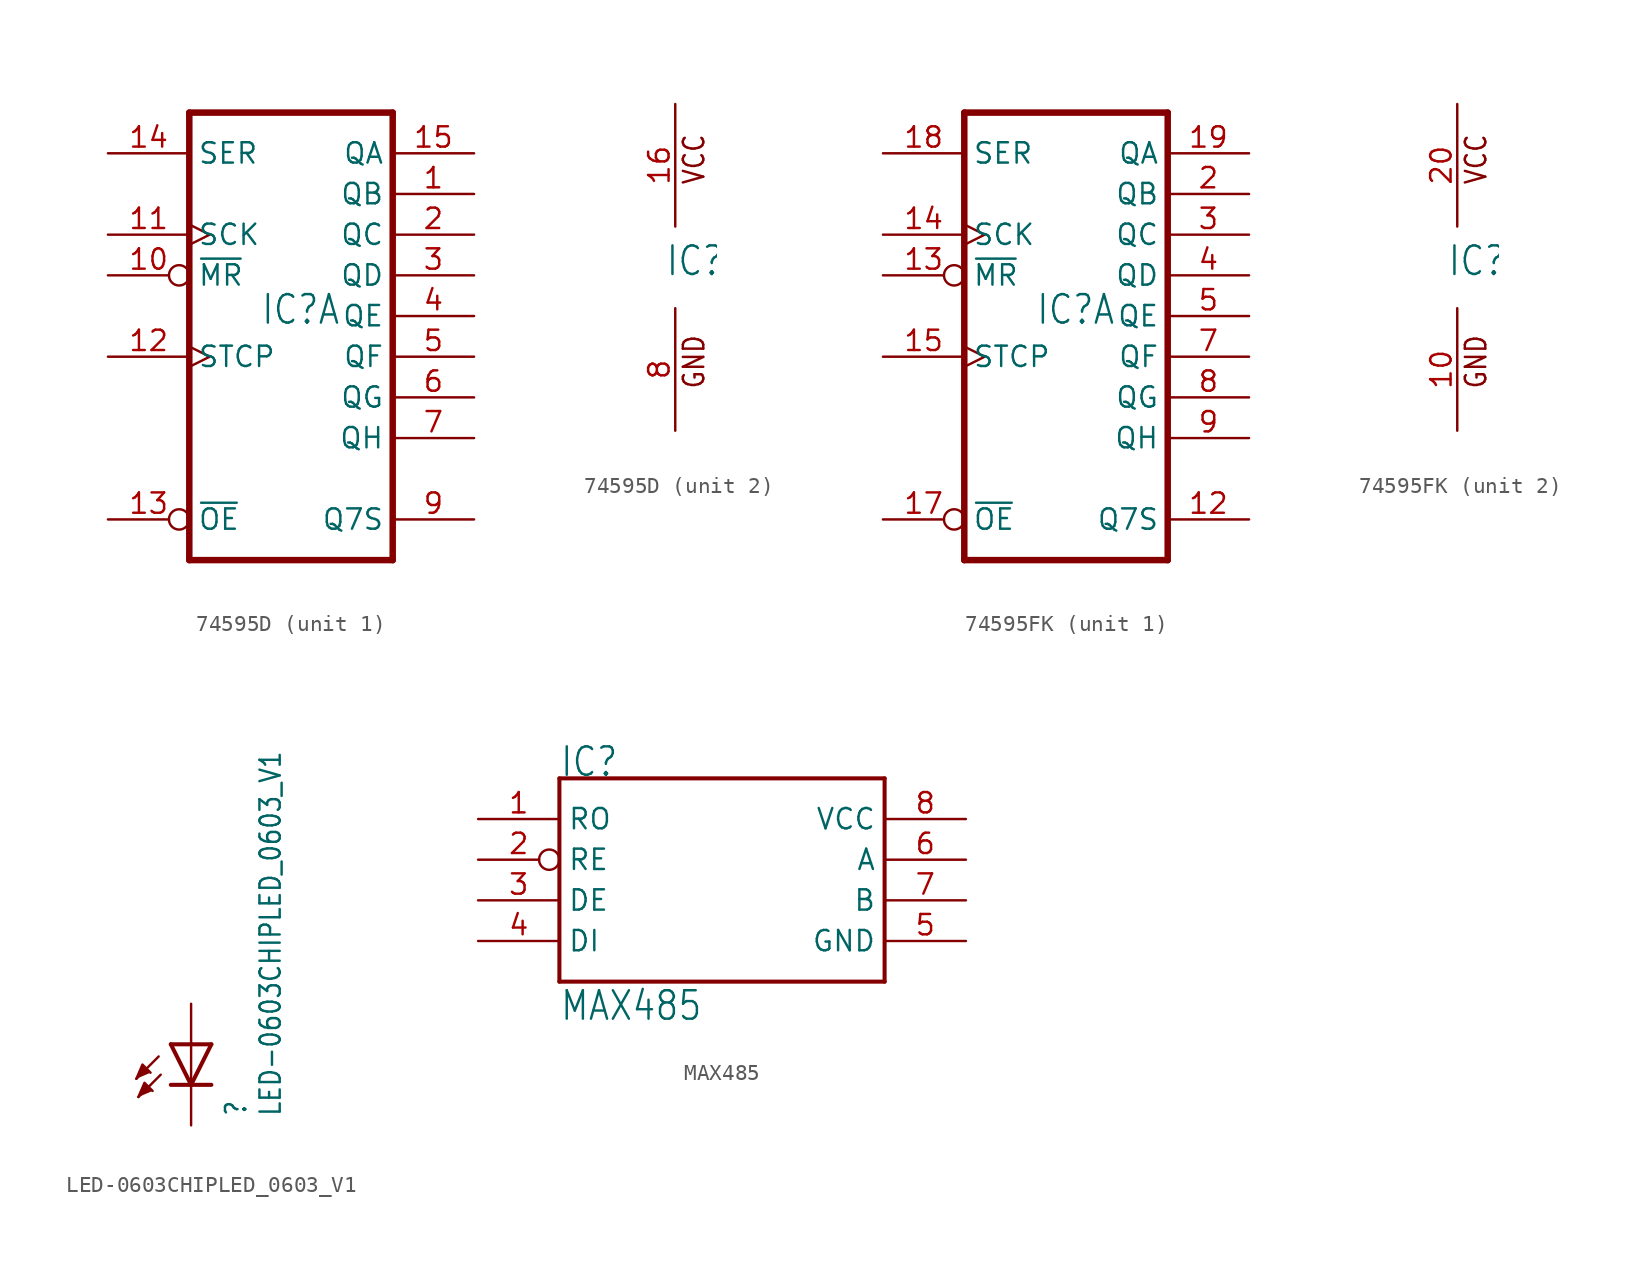
<source format=kicad_sym>
(kicad_symbol_lib
  (version 20211014)
  (generator kicad_symbol_editor)
  (symbol "74595D"
    (property "Reference" "IC"
      (at -0.635 -0.635 0)
      (effects (font (size 1.778 1.511)) (justify left bottom)))
    (property "ki_locked" ""
      (at 0 0 0)
      (effects (font (size 1.27 1.27))))
    (symbol "74595D_1_0"
      (polyline (pts (xy -5.08 -15.24) (xy 7.62 -15.24)) (stroke (width 0.406) (type default) (color 0 0 0 0)) (fill (type none)))
      (polyline (pts (xy -5.08 12.7) (xy -5.08 -15.24)) (stroke (width 0.406) (type default) (color 0 0 0 0)) (fill (type none)))
      (polyline (pts (xy 7.62 -15.24) (xy 7.62 12.7)) (stroke (width 0.406) (type default) (color 0 0 0 0)) (fill (type none)))
      (polyline (pts (xy 7.62 12.7) (xy -5.08 12.7)) (stroke (width 0.406) (type default) (color 0 0 0 0)) (fill (type none)))
      (pin tri_state line (at 12.7 7.62 180) (length 5.08) (name "QB" (effects (font (size 1.27 1.27)))) (number "1" (effects (font (size 1.27 1.27)))))
      (pin input inverted (at -10.16 2.54 0) (length 5.08) (name "~{MR}" (effects (font (size 1.27 1.27)))) (number "10" (effects (font (size 1.27 1.27)))))
      (pin input clock (at -10.16 5.08 0) (length 5.08) (name "SCK" (effects (font (size 1.27 1.27)))) (number "11" (effects (font (size 1.27 1.27)))))
      (pin input clock (at -10.16 -2.54 0) (length 5.08) (name "STCP" (effects (font (size 1.27 1.27)))) (number "12" (effects (font (size 1.27 1.27)))))
      (pin input inverted (at -10.16 -12.7 0) (length 5.08) (name "~{OE}" (effects (font (size 1.27 1.27)))) (number "13" (effects (font (size 1.27 1.27)))))
      (pin input line (at -10.16 10.16 0) (length 5.08) (name "SER" (effects (font (size 1.27 1.27)))) (number "14" (effects (font (size 1.27 1.27)))))
      (pin tri_state line (at 12.7 10.16 180) (length 5.08) (name "QA" (effects (font (size 1.27 1.27)))) (number "15" (effects (font (size 1.27 1.27)))))
      (pin tri_state line (at 12.7 5.08 180) (length 5.08) (name "QC" (effects (font (size 1.27 1.27)))) (number "2" (effects (font (size 1.27 1.27)))))
      (pin tri_state line (at 12.7 2.54 180) (length 5.08) (name "QD" (effects (font (size 1.27 1.27)))) (number "3" (effects (font (size 1.27 1.27)))))
      (pin tri_state line (at 12.7 0 180) (length 5.08) (name "QE" (effects (font (size 1.27 1.27)))) (number "4" (effects (font (size 1.27 1.27)))))
      (pin tri_state line (at 12.7 -2.54 180) (length 5.08) (name "QF" (effects (font (size 1.27 1.27)))) (number "5" (effects (font (size 1.27 1.27)))))
      (pin tri_state line (at 12.7 -5.08 180) (length 5.08) (name "QG" (effects (font (size 1.27 1.27)))) (number "6" (effects (font (size 1.27 1.27)))))
      (pin tri_state line (at 12.7 -7.62 180) (length 5.08) (name "QH" (effects (font (size 1.27 1.27)))) (number "7" (effects (font (size 1.27 1.27)))))
      (pin tri_state line (at 12.7 -12.7 180) (length 5.08) (name "Q7S" (effects (font (size 1.27 1.27)))) (number "9" (effects (font (size 1.27 1.27))))))
    (symbol "74595D_2_0"
      (text "GND" (at 1.905 -7.62 900) (effects (font (size 1.27 1.079)) (justify left bottom)))
      (text "VCC" (at 1.905 5.08 900) (effects (font (size 1.27 1.079)) (justify left bottom)))
      (pin power_in line (at 0 10.16 270) (length 7.62) (name "VCC" (effects (font (size 0 0)))) (number "16" (effects (font (size 1.27 1.27)))))
      (pin power_in line (at 0 -10.16 90) (length 7.62) (name "GND" (effects (font (size 0 0)))) (number "8" (effects (font (size 1.27 1.27)))))))
  (symbol "74595FK"
    (property "Reference" "IC"
      (at -0.635 -0.635 0)
      (effects (font (size 1.778 1.511)) (justify left bottom)))
    (property "ki_locked" ""
      (at 0 0 0)
      (effects (font (size 1.27 1.27))))
    (symbol "74595FK_1_0"
      (polyline (pts (xy -5.08 -15.24) (xy 7.62 -15.24)) (stroke (width 0.406) (type default) (color 0 0 0 0)) (fill (type none)))
      (polyline (pts (xy -5.08 12.7) (xy -5.08 -15.24)) (stroke (width 0.406) (type default) (color 0 0 0 0)) (fill (type none)))
      (polyline (pts (xy 7.62 -15.24) (xy 7.62 12.7)) (stroke (width 0.406) (type default) (color 0 0 0 0)) (fill (type none)))
      (polyline (pts (xy 7.62 12.7) (xy -5.08 12.7)) (stroke (width 0.406) (type default) (color 0 0 0 0)) (fill (type none)))
      (pin tri_state line (at 12.7 -12.7 180) (length 5.08) (name "Q7S" (effects (font (size 1.27 1.27)))) (number "12" (effects (font (size 1.27 1.27)))))
      (pin input inverted (at -10.16 2.54 0) (length 5.08) (name "~{MR}" (effects (font (size 1.27 1.27)))) (number "13" (effects (font (size 1.27 1.27)))))
      (pin input clock (at -10.16 5.08 0) (length 5.08) (name "SCK" (effects (font (size 1.27 1.27)))) (number "14" (effects (font (size 1.27 1.27)))))
      (pin input clock (at -10.16 -2.54 0) (length 5.08) (name "STCP" (effects (font (size 1.27 1.27)))) (number "15" (effects (font (size 1.27 1.27)))))
      (pin input inverted (at -10.16 -12.7 0) (length 5.08) (name "~{OE}" (effects (font (size 1.27 1.27)))) (number "17" (effects (font (size 1.27 1.27)))))
      (pin input line (at -10.16 10.16 0) (length 5.08) (name "SER" (effects (font (size 1.27 1.27)))) (number "18" (effects (font (size 1.27 1.27)))))
      (pin tri_state line (at 12.7 10.16 180) (length 5.08) (name "QA" (effects (font (size 1.27 1.27)))) (number "19" (effects (font (size 1.27 1.27)))))
      (pin tri_state line (at 12.7 7.62 180) (length 5.08) (name "QB" (effects (font (size 1.27 1.27)))) (number "2" (effects (font (size 1.27 1.27)))))
      (pin tri_state line (at 12.7 5.08 180) (length 5.08) (name "QC" (effects (font (size 1.27 1.27)))) (number "3" (effects (font (size 1.27 1.27)))))
      (pin tri_state line (at 12.7 2.54 180) (length 5.08) (name "QD" (effects (font (size 1.27 1.27)))) (number "4" (effects (font (size 1.27 1.27)))))
      (pin tri_state line (at 12.7 0 180) (length 5.08) (name "QE" (effects (font (size 1.27 1.27)))) (number "5" (effects (font (size 1.27 1.27)))))
      (pin tri_state line (at 12.7 -2.54 180) (length 5.08) (name "QF" (effects (font (size 1.27 1.27)))) (number "7" (effects (font (size 1.27 1.27)))))
      (pin tri_state line (at 12.7 -5.08 180) (length 5.08) (name "QG" (effects (font (size 1.27 1.27)))) (number "8" (effects (font (size 1.27 1.27)))))
      (pin tri_state line (at 12.7 -7.62 180) (length 5.08) (name "QH" (effects (font (size 1.27 1.27)))) (number "9" (effects (font (size 1.27 1.27))))))
    (symbol "74595FK_2_0"
      (text "GND" (at 1.905 -7.62 900) (effects (font (size 1.27 1.079)) (justify left bottom)))
      (text "VCC" (at 1.905 5.08 900) (effects (font (size 1.27 1.079)) (justify left bottom)))
      (pin power_in line (at 0 -10.16 90) (length 7.62) (name "GND" (effects (font (size 0 0)))) (number "10" (effects (font (size 1.27 1.27)))))
      (pin power_in line (at 0 10.16 270) (length 7.62) (name "VCC" (effects (font (size 0 0)))) (number "20" (effects (font (size 1.27 1.27)))))))
  (symbol "LED-0603CHIPLED_0603_V1"
    (property "Reference" ""
      (at 3.556 -4.572 90)
      (effects (font (size 1.27 1.079)) (justify left bottom)))
    (property "Value" "LED-0603CHIPLED_0603_V1"
      (at 5.715 -4.572 90)
      (effects (font (size 1.27 1.079)) (justify left bottom)))
    (property "ki_locked" ""
      (at 0 0 0)
      (effects (font (size 1.27 1.27))))
    (symbol "LED-0603CHIPLED_0603_V1_1_0"
      (polyline (pts (xy -2.032 -0.762) (xy -3.429 -2.159)) (stroke (width 0.152) (type default) (color 0 0 0 0)) (fill (type none)))
      (polyline (pts (xy -1.905 -1.905) (xy -3.302 -3.302)) (stroke (width 0.152) (type default) (color 0 0 0 0)) (fill (type none)))
      (polyline (pts (xy 0 -2.54) (xy -1.27 -2.54)) (stroke (width 0.254) (type default) (color 0 0 0 0)) (fill (type none)))
      (polyline (pts (xy 0 -2.54) (xy -1.27 0)) (stroke (width 0.254) (type default) (color 0 0 0 0)) (fill (type none)))
      (polyline (pts (xy 0 0) (xy -1.27 0)) (stroke (width 0.254) (type default) (color 0 0 0 0)) (fill (type none)))
      (polyline (pts (xy 0 0) (xy 0 -2.54)) (stroke (width 0.152) (type default) (color 0 0 0 0)) (fill (type none)))
      (polyline (pts (xy 1.27 -2.54) (xy 0 -2.54)) (stroke (width 0.254) (type default) (color 0 0 0 0)) (fill (type none)))
      (polyline (pts (xy 1.27 0) (xy 0 -2.54)) (stroke (width 0.254) (type default) (color 0 0 0 0)) (fill (type none)))
      (polyline (pts (xy 1.27 0) (xy 0 0)) (stroke (width 0.254) (type default) (color 0 0 0 0)) (fill (type none)))
      (polyline (pts (xy -3.429 -2.159) (xy -3.048 -1.27) (xy -2.54 -1.778)) (stroke (width 0) (type default) (color 0 0 0 0)) (fill (type outline)))
      (polyline (pts (xy -3.302 -3.302) (xy -2.921 -2.413) (xy -2.413 -2.921)) (stroke (width 0) (type default) (color 0 0 0 0)) (fill (type outline)))
      (pin passive line (at 0 2.54 270) (length 2.54) (name "A" (effects (font (size 0 0)))) (number "A" (effects (font (size 0 0)))))
      (pin passive line (at 0 -5.08 90) (length 2.54) (name "C" (effects (font (size 0 0)))) (number "C" (effects (font (size 0 0)))))))
  (symbol "MAX485"
    (property "Reference" "IC"
      (at -10.16 7.62 0)
      (effects (font (size 1.778 1.511)) (justify left bottom)))
    (property "Value" "MAX485"
      (at -10.16 -7.62 0)
      (effects (font (size 1.778 1.511)) (justify left bottom)))
    (property "ki_locked" ""
      (at 0 0 0)
      (effects (font (size 1.27 1.27))))
    (symbol "MAX485_1_0"
      (polyline (pts (xy -10.16 -5.08) (xy 10.16 -5.08)) (stroke (width 0.254) (type default) (color 0 0 0 0)) (fill (type none)))
      (polyline (pts (xy -10.16 7.62) (xy -10.16 -5.08)) (stroke (width 0.254) (type default) (color 0 0 0 0)) (fill (type none)))
      (polyline (pts (xy 10.16 -5.08) (xy 10.16 7.62)) (stroke (width 0.254) (type default) (color 0 0 0 0)) (fill (type none)))
      (polyline (pts (xy 10.16 7.62) (xy -10.16 7.62)) (stroke (width 0.254) (type default) (color 0 0 0 0)) (fill (type none)))
      (pin bidirectional line (at -15.24 5.08 0) (length 5.08) (name "RO" (effects (font (size 1.27 1.27)))) (number "1" (effects (font (size 1.27 1.27)))))
      (pin bidirectional inverted (at -15.24 2.54 0) (length 5.08) (name "RE" (effects (font (size 1.27 1.27)))) (number "2" (effects (font (size 1.27 1.27)))))
      (pin bidirectional line (at -15.24 0 0) (length 5.08) (name "DE" (effects (font (size 1.27 1.27)))) (number "3" (effects (font (size 1.27 1.27)))))
      (pin bidirectional line (at -15.24 -2.54 0) (length 5.08) (name "DI" (effects (font (size 1.27 1.27)))) (number "4" (effects (font (size 1.27 1.27)))))
      (pin bidirectional line (at 15.24 -2.54 180) (length 5.08) (name "GND" (effects (font (size 1.27 1.27)))) (number "5" (effects (font (size 1.27 1.27)))))
      (pin bidirectional line (at 15.24 2.54 180) (length 5.08) (name "A" (effects (font (size 1.27 1.27)))) (number "6" (effects (font (size 1.27 1.27)))))
      (pin bidirectional line (at 15.24 0 180) (length 5.08) (name "B" (effects (font (size 1.27 1.27)))) (number "7" (effects (font (size 1.27 1.27)))))
      (pin bidirectional line (at 15.24 5.08 180) (length 5.08) (name "VCC" (effects (font (size 1.27 1.27)))) (number "8" (effects (font (size 1.27 1.27))))))))
</source>
